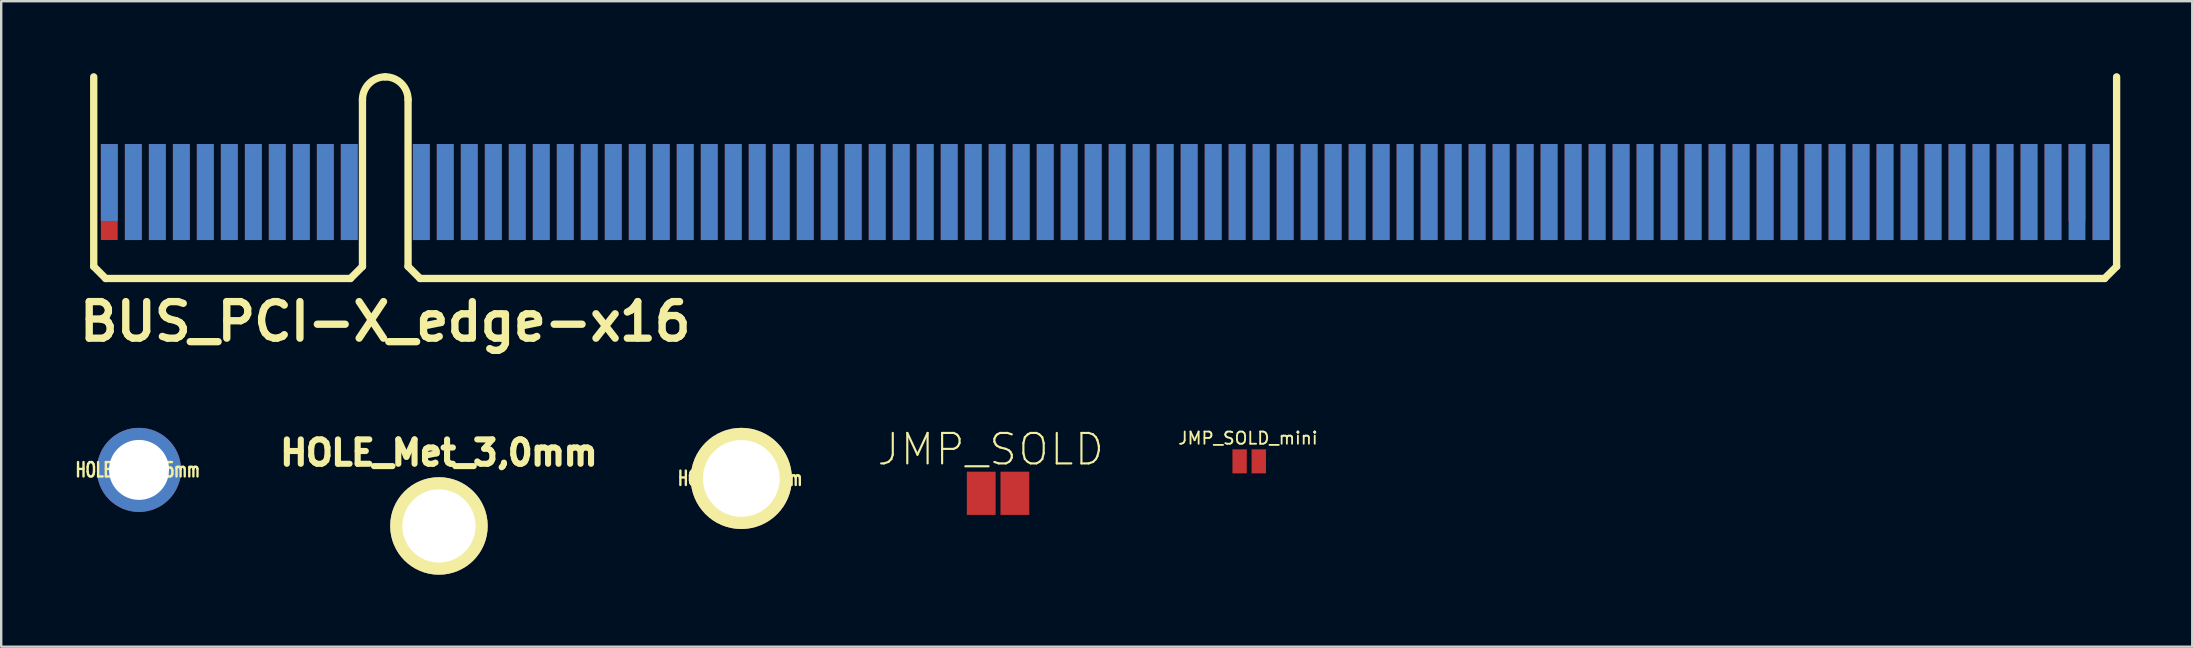
<source format=kicad_pcb>
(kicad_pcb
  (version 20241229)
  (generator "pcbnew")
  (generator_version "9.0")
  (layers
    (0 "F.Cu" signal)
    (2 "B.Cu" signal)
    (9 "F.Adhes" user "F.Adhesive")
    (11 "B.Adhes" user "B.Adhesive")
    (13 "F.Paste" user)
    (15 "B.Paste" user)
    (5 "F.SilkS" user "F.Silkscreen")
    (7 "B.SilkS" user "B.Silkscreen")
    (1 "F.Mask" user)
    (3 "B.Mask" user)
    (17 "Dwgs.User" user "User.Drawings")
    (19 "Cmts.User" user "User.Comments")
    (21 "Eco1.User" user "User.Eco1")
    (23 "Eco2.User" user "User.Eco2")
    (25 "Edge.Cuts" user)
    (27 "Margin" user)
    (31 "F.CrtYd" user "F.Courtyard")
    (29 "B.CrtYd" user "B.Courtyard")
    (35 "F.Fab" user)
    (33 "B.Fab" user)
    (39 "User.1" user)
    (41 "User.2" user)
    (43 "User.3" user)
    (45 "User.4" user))
  (footprint "JMP_SOLD"
    (layer "F.Cu")
    (at 38.542 17.507)
    (property "Reference" "JMP_SOLD" (at -0.305 -1.829 0) (layer "F.SilkS") (effects (font (size 1.27 1.27) (thickness 0.089))))
    (attr smd)
    (pad "1" smd rect (at -0.701 0) (size 1.199 1.801) (layers "F.Cu" "F.Mask" "F.Paste"))
    (pad "2" smd rect (at 0.701 0) (size 1.199 1.801) (layers "F.Cu" "F.Mask" "F.Paste")))
  (footprint "HOLE_Met_3,2mm"
    (layer "F.Cu")
    (at 27.843 16.888)
    (property "Reference" "HOLE_Met_3,2mm" (at -0.051 0 0) (layer "F.SilkS") (effects (font (size 0.599 0.399) (thickness 0.099))))
    (attr through_hole)
    (pad "1" thru_hole circle (at 0 0) (size 4.216 4.216) (drill 3.2) (layers "*.Cu" "*.Mask" "F.SilkS")))
  (footprint "HOLE_Met_2,5mm"
    (layer "F.Cu")
    (at 2.742 16.532)
    (property "Reference" "HOLE_Met_2,5mm" (at -0.051 0 0) (layer "F.SilkS") (effects (font (size 0.599 0.399) (thickness 0.099))))
    (attr through_hole)
    (pad "1" thru_hole circle (at 0 0) (size 3.505 3.505) (drill 2.499) (layers "*.Cu" "*.Mask")))
  (footprint "JMP_SOLD_mini"
    (layer "F.Cu")
    (at 49.008 16.176)
    (property "Reference" "JMP_SOLD_mini" (at -0.051 -0.965 0) (layer "F.SilkS") (effects (font (size 0.508 0.508) (thickness 0.076))))
    (attr smd)
    (pad "1" smd rect (at -0.399 0) (size 0.599 1.001) (layers "F.Cu" "F.Mask" "F.Paste"))
    (pad "2" smd rect (at 0.399 0) (size 0.599 1.001) (layers "F.Cu" "F.Mask" "F.Paste")))
  (footprint "BUS_PCI-X_edge-x16"
    (layer "F.Cu")
    (at 13.005 4.354)
    (property "Reference" "BUS_PCI-X_edge-x16" (at 0 5.999 0) (layer "F.SilkS") (effects (font (size 1.524 1.524) (thickness 0.305))))
    (attr through_hole)
    (fp_line (start -12.149 3.701) (end -12.149 -4.201) (stroke (width 0.305) (type solid)) (layer "F.SilkS"))
    (fp_line (start -11.651 4.201) (end -12.149 3.701) (stroke (width 0.305) (type solid)) (layer "F.SilkS"))
    (fp_line (start -1.45 4.201) (end -11.651 4.201) (stroke (width 0.305) (type solid)) (layer "F.SilkS"))
    (fp_line (start -0.95 -3.251) (end -0.95 3.701) (stroke (width 0.305) (type solid)) (layer "F.SilkS"))
    (fp_line (start -0.95 3.701) (end -1.45 4.201) (stroke (width 0.305) (type solid)) (layer "F.SilkS"))
    (fp_line (start 0.95 3.701) (end 0.95 -3.251) (stroke (width 0.305) (type solid)) (layer "F.SilkS"))
    (fp_line (start 0.95 3.701) (end 1.45 4.201) (stroke (width 0.305) (type solid)) (layer "F.SilkS"))
    (fp_line (start 71.651 4.201) (end 1.45 4.201) (stroke (width 0.305) (type solid)) (layer "F.SilkS"))
    (fp_line (start 71.651 4.201) (end 72.151 3.701) (stroke (width 0.305) (type solid)) (layer "F.SilkS"))
    (fp_line (start 72.151 3.701) (end 72.151 -4.201) (stroke (width 0.305) (type solid)) (layer "F.SilkS"))
    (fp_arc (start -0.94996 -3.2512) (mid -0.671723 -3.922923) (end 0 -4.20116) (stroke (width 0.3048) (type solid)) (layer "F.SilkS"))
    (fp_arc (start 0 -4.20116) (mid 0.671723 -3.922923) (end 0.94996 -3.2512) (stroke (width 0.3048) (type solid)) (layer "F.SilkS"))
    (pad "A1" smd rect (at -11.501 0.201) (size 0.701 3.2) (layers "F.Mask" "B.Cu" "F.Paste"))
    (pad "A2" smd rect (at -10.5 0.599) (size 0.701 4) (layers "F.Mask" "B.Cu" "F.Paste"))
    (pad "A3" smd rect (at -9.5 0.599) (size 0.701 4) (layers "F.Mask" "B.Cu" "F.Paste"))
    (pad "A4" smd rect (at -8.499 0.599) (size 0.701 4) (layers "F.Mask" "B.Cu" "F.Paste"))
    (pad "A5" smd rect (at -7.501 0.599) (size 0.701 4) (layers "F.Mask" "B.Cu" "F.Paste"))
    (pad "A6" smd rect (at -6.5 0.599) (size 0.701 4) (layers "F.Mask" "B.Cu" "F.Paste"))
    (pad "A7" smd rect (at -5.499 0.599) (size 0.701 4) (layers "F.Mask" "B.Cu" "F.Paste"))
    (pad "A8" smd rect (at -4.501 0.599) (size 0.701 4) (layers "F.Mask" "B.Cu" "F.Paste"))
    (pad "A9" smd rect (at -3.5 0.599) (size 0.701 4) (layers "F.Mask" "B.Cu" "F.Paste"))
    (pad "A10" smd rect (at -2.499 0.599) (size 0.701 4) (layers "F.Mask" "B.Cu" "F.Paste"))
    (pad "A11" smd rect (at -1.501 0.599) (size 0.701 4) (layers "F.Mask" "B.Cu" "F.Paste"))
    (pad "A12" smd rect (at 1.501 0.599) (size 0.701 4) (layers "F.Mask" "B.Cu" "F.Paste"))
    (pad "A13" smd rect (at 2.499 0.599) (size 0.701 4) (layers "F.Mask" "B.Cu" "F.Paste"))
    (pad "A14" smd rect (at 3.5 0.599) (size 0.701 4) (layers "F.Mask" "B.Cu" "F.Paste"))
    (pad "A15" smd rect (at 4.501 0.599) (size 0.701 4) (layers "F.Mask" "B.Cu" "F.Paste"))
    (pad "A16" smd rect (at 5.499 0.599) (size 0.701 4) (layers "F.Mask" "B.Cu" "F.Paste"))
    (pad "A17" smd rect (at 6.5 0.599) (size 0.701 4) (layers "F.Mask" "B.Cu" "F.Paste"))
    (pad "A18" smd rect (at 7.501 0.599) (size 0.701 4) (layers "F.Mask" "B.Cu" "F.Paste"))
    (pad "A19" smd rect (at 8.499 0.599) (size 0.701 4) (layers "F.Mask" "B.Cu" "F.Paste"))
    (pad "A20" smd rect (at 9.5 0.599) (size 0.701 4) (layers "F.Mask" "B.Cu" "F.Paste"))
    (pad "A21" smd rect (at 10.5 0.599) (size 0.701 4) (layers "F.Mask" "B.Cu" "F.Paste"))
    (pad "A22" smd rect (at 11.501 0.599) (size 0.701 4) (layers "F.Mask" "B.Cu" "F.Paste"))
    (pad "A23" smd rect (at 12.499 0.599) (size 0.701 4) (layers "F.Mask" "B.Cu" "F.Paste"))
    (pad "A24" smd rect (at 13.5 0.599) (size 0.701 4) (layers "F.Mask" "B.Cu" "F.Paste"))
    (pad "A25" smd rect (at 14.501 0.599) (size 0.701 4) (layers "F.Mask" "B.Cu" "F.Paste"))
    (pad "A26" smd rect (at 15.499 0.599) (size 0.701 4) (layers "F.Mask" "B.Cu" "F.Paste"))
    (pad "A27" smd rect (at 16.5 0.599) (size 0.701 4) (layers "F.Mask" "B.Cu" "F.Paste"))
    (pad "A28" smd rect (at 17.501 0.599) (size 0.701 4) (layers "F.Mask" "B.Cu" "F.Paste"))
    (pad "A29" smd rect (at 18.499 0.599) (size 0.701 4) (layers "F.Mask" "B.Cu" "F.Paste"))
    (pad "A30" smd rect (at 19.5 0.599) (size 0.701 4) (layers "F.Mask" "B.Cu" "F.Paste"))
    (pad "A31" smd rect (at 20.5 0.599) (size 0.701 4) (layers "F.Mask" "B.Cu" "F.Paste"))
    (pad "A32" smd rect (at 21.501 0.599) (size 0.701 4) (layers "F.Mask" "B.Cu" "F.Paste"))
    (pad "A33" smd rect (at 22.499 0.599) (size 0.701 4) (layers "F.Mask" "B.Cu" "F.Paste"))
    (pad "A34" smd rect (at 23.5 0.599) (size 0.701 4) (layers "F.Mask" "B.Cu" "F.Paste"))
    (pad "A35" smd rect (at 24.501 0.599) (size 0.701 4) (layers "F.Mask" "B.Cu" "F.Paste"))
    (pad "A36" smd rect (at 25.499 0.599) (size 0.701 4) (layers "F.Mask" "B.Cu" "F.Paste"))
    (pad "A37" smd rect (at 26.5 0.599) (size 0.701 4) (layers "F.Mask" "B.Cu" "F.Paste"))
    (pad "A38" smd rect (at 27.501 0.599) (size 0.701 4) (layers "F.Mask" "B.Cu" "F.Paste"))
    (pad "A39" smd rect (at 28.499 0.599) (size 0.701 4) (layers "F.Mask" "B.Cu" "F.Paste"))
    (pad "A40" smd rect (at 29.5 0.599) (size 0.701 4) (layers "F.Mask" "B.Cu" "F.Paste"))
    (pad "A41" smd rect (at 30.5 0.599) (size 0.701 4) (layers "F.Mask" "B.Cu" "F.Paste"))
    (pad "A42" smd rect (at 31.501 0.599) (size 0.701 4) (layers "F.Mask" "B.Cu" "F.Paste"))
    (pad "A43" smd rect (at 32.499 0.599) (size 0.701 4) (layers "F.Mask" "B.Cu" "F.Paste"))
    (pad "A44" smd rect (at 33.5 0.599) (size 0.701 4) (layers "F.Mask" "B.Cu" "F.Paste"))
    (pad "A45" smd rect (at 34.501 0.599) (size 0.701 4) (layers "F.Mask" "B.Cu" "F.Paste"))
    (pad "A46" smd rect (at 35.499 0.599) (size 0.701 4) (layers "F.Mask" "B.Cu" "F.Paste"))
    (pad "A47" smd rect (at 36.5 0.599) (size 0.701 4) (layers "F.Mask" "B.Cu" "F.Paste"))
    (pad "A48" smd rect (at 37.501 0.599) (size 0.701 4) (layers "F.Mask" "B.Cu" "F.Paste"))
    (pad "A49" smd rect (at 38.499 0.599) (size 0.701 4) (layers "F.Mask" "B.Cu" "F.Paste"))
    (pad "A50" smd rect (at 39.5 0.599) (size 0.701 4) (layers "F.Mask" "B.Cu" "F.Paste"))
    (pad "A51" smd rect (at 40.5 0.599) (size 0.701 4) (layers "F.Mask" "B.Cu" "F.Paste"))
    (pad "A52" smd rect (at 41.501 0.599) (size 0.701 4) (layers "F.Mask" "B.Cu" "F.Paste"))
    (pad "A53" smd rect (at 42.499 0.599) (size 0.701 4) (layers "F.Mask" "B.Cu" "F.Paste"))
    (pad "A54" smd rect (at 43.5 0.599) (size 0.701 4) (layers "F.Mask" "B.Cu" "F.Paste"))
    (pad "A55" smd rect (at 44.501 0.599) (size 0.701 4) (layers "F.Mask" "B.Cu" "F.Paste"))
    (pad "A56" smd rect (at 45.499 0.599) (size 0.701 4) (layers "F.Mask" "B.Cu" "F.Paste"))
    (pad "A57" smd rect (at 46.5 0.599) (size 0.701 4) (layers "F.Mask" "B.Cu" "F.Paste"))
    (pad "A58" smd rect (at 47.501 0.599) (size 0.701 4) (layers "F.Mask" "B.Cu" "F.Paste"))
    (pad "A59" smd rect (at 48.499 0.599) (size 0.701 4) (layers "F.Mask" "B.Cu" "F.Paste"))
    (pad "A60" smd rect (at 49.5 0.599) (size 0.701 4) (layers "F.Mask" "B.Cu" "F.Paste"))
    (pad "A61" smd rect (at 50.5 0.599) (size 0.701 4) (layers "F.Mask" "B.Cu" "F.Paste"))
    (pad "A62" smd rect (at 51.501 0.599) (size 0.701 4) (layers "F.Mask" "B.Cu" "F.Paste"))
    (pad "A63" smd rect (at 52.499 0.599) (size 0.701 4) (layers "F.Mask" "B.Cu" "F.Paste"))
    (pad "A64" smd rect (at 53.5 0.599) (size 0.701 4) (layers "F.Mask" "B.Cu" "F.Paste"))
    (pad "A65" smd rect (at 54.501 0.599) (size 0.701 4) (layers "F.Mask" "B.Cu" "F.Paste"))
    (pad "A66" smd rect (at 55.499 0.599) (size 0.701 4) (layers "F.Mask" "B.Cu" "F.Paste"))
    (pad "A67" smd rect (at 56.5 0.599) (size 0.701 4) (layers "F.Mask" "B.Cu" "F.Paste"))
    (pad "A68" smd rect (at 57.501 0.599) (size 0.701 4) (layers "F.Mask" "B.Cu" "F.Paste"))
    (pad "A69" smd rect (at 58.499 0.599) (size 0.701 4) (layers "F.Mask" "B.Cu" "F.Paste"))
    (pad "A70" smd rect (at 59.499 0.599) (size 0.701 4) (layers "F.Mask" "B.Cu" "F.Paste"))
    (pad "A71" smd rect (at 60.5 0.599) (size 0.701 4) (layers "F.Mask" "B.Cu" "F.Paste"))
    (pad "A72" smd rect (at 61.501 0.599) (size 0.701 4) (layers "F.Mask" "B.Cu" "F.Paste"))
    (pad "A73" smd rect (at 62.499 0.599) (size 0.701 4) (layers "F.Mask" "B.Cu" "F.Paste"))
    (pad "A74" smd rect (at 63.5 0.599) (size 0.701 4) (layers "F.Mask" "B.Cu" "F.Paste"))
    (pad "A75" smd rect (at 64.501 0.599) (size 0.701 4) (layers "F.Mask" "B.Cu" "F.Paste"))
    (pad "A76" smd rect (at 65.499 0.599) (size 0.701 4) (layers "F.Mask" "B.Cu" "F.Paste"))
    (pad "A77" smd rect (at 66.5 0.599) (size 0.701 4) (layers "F.Mask" "B.Cu" "F.Paste"))
    (pad "A78" smd rect (at 67.501 0.599) (size 0.701 4) (layers "F.Mask" "B.Cu" "F.Paste"))
    (pad "A79" smd rect (at 68.501 0.599) (size 0.701 4) (layers "F.Mask" "B.Cu" "F.Paste"))
    (pad "A80" smd rect (at 69.499 0.599) (size 0.701 4) (layers "F.Mask" "B.Cu" "F.Paste"))
    (pad "A81" smd rect (at 70.5 0.599) (size 0.701 4) (layers "F.Mask" "B.Cu" "F.Paste"))
    (pad "A82" smd rect (at 71.501 0.599) (size 0.701 4) (layers "F.Mask" "B.Cu" "F.Paste"))
    (pad "B1" smd rect (at -11.501 0.599) (size 0.701 4) (layers "F.Cu" "F.Mask" "F.Paste"))
    (pad "B2" smd rect (at -10.5 0.599) (size 0.701 4) (layers "F.Cu" "F.Mask" "F.Paste"))
    (pad "B3" smd rect (at -9.5 0.599) (size 0.701 4) (layers "F.Cu" "F.Mask" "F.Paste"))
    (pad "B4" smd rect (at -8.499 0.599) (size 0.701 4) (layers "F.Cu" "F.Mask" "F.Paste"))
    (pad "B5" smd rect (at -7.501 0.599) (size 0.701 4) (layers "F.Cu" "F.Mask" "F.Paste"))
    (pad "B6" smd rect (at -6.5 0.599) (size 0.701 4) (layers "F.Cu" "F.Mask" "F.Paste"))
    (pad "B7" smd rect (at -5.499 0.599) (size 0.701 4) (layers "F.Cu" "F.Mask" "F.Paste"))
    (pad "B8" smd rect (at -4.501 0.599) (size 0.701 4) (layers "F.Cu" "F.Mask" "F.Paste"))
    (pad "B9" smd rect (at -3.5 0.599) (size 0.701 4) (layers "F.Cu" "F.Mask" "F.Paste"))
    (pad "B10" smd rect (at -2.499 0.599) (size 0.701 4) (layers "F.Cu" "F.Mask" "F.Paste"))
    (pad "B11" smd rect (at -1.501 0.599) (size 0.701 4) (layers "F.Cu" "F.Mask" "F.Paste"))
    (pad "B12" smd rect (at 1.501 0.599) (size 0.701 4) (layers "F.Cu" "F.Mask" "F.Paste"))
    (pad "B13" smd rect (at 2.499 0.599) (size 0.701 4) (layers "F.Cu" "F.Mask" "F.Paste"))
    (pad "B14" smd rect (at 3.5 0.599) (size 0.701 4) (layers "F.Cu" "F.Mask" "F.Paste"))
    (pad "B15" smd rect (at 4.501 0.599) (size 0.701 4) (layers "F.Cu" "F.Mask" "F.Paste"))
    (pad "B16" smd rect (at 5.499 0.599) (size 0.701 4) (layers "F.Cu" "F.Mask" "F.Paste"))
    (pad "B17" smd rect (at 6.5 0.599) (size 0.701 4) (layers "F.Cu" "F.Mask" "F.Paste"))
    (pad "B18" smd rect (at 7.501 0.599) (size 0.701 4) (layers "F.Cu" "F.Mask" "F.Paste"))
    (pad "B19" smd rect (at 8.499 0.599) (size 0.701 4) (layers "F.Cu" "F.Mask" "F.Paste"))
    (pad "B20" smd rect (at 9.5 0.599) (size 0.701 4) (layers "F.Cu" "F.Mask" "F.Paste"))
    (pad "B21" smd rect (at 10.5 0.599) (size 0.701 4) (layers "F.Cu" "F.Mask" "F.Paste"))
    (pad "B22" smd rect (at 11.501 0.599) (size 0.701 4) (layers "F.Cu" "F.Mask" "F.Paste"))
    (pad "B23" smd rect (at 12.499 0.599) (size 0.701 4) (layers "F.Cu" "F.Mask" "F.Paste"))
    (pad "B24" smd rect (at 13.5 0.599) (size 0.701 4) (layers "F.Cu" "F.Mask" "F.Paste"))
    (pad "B25" smd rect (at 14.501 0.599) (size 0.701 4) (layers "F.Cu" "F.Mask" "F.Paste"))
    (pad "B26" smd rect (at 15.499 0.599) (size 0.701 4) (layers "F.Cu" "F.Mask" "F.Paste"))
    (pad "B27" smd rect (at 16.5 0.599) (size 0.701 4) (layers "F.Cu" "F.Mask" "F.Paste"))
    (pad "B28" smd rect (at 17.501 0.599) (size 0.701 4) (layers "F.Cu" "F.Mask" "F.Paste"))
    (pad "B29" smd rect (at 18.499 0.599) (size 0.701 4) (layers "F.Cu" "F.Mask" "F.Paste"))
    (pad "B30" smd rect (at 19.5 0.599) (size 0.701 4) (layers "F.Cu" "F.Mask" "F.Paste"))
    (pad "B31" smd rect (at 20.5 0.599) (size 0.701 4) (layers "F.Cu" "F.Mask" "F.Paste"))
    (pad "B32" smd rect (at 21.501 0.599) (size 0.701 4) (layers "F.Cu" "F.Mask" "F.Paste"))
    (pad "B33" smd rect (at 22.499 0.599) (size 0.701 4) (layers "F.Cu" "F.Mask" "F.Paste"))
    (pad "B34" smd rect (at 23.5 0.599) (size 0.701 4) (layers "F.Cu" "F.Mask" "F.Paste"))
    (pad "B35" smd rect (at 24.501 0.599) (size 0.701 4) (layers "F.Cu" "F.Mask" "F.Paste"))
    (pad "B36" smd rect (at 25.499 0.599) (size 0.701 4) (layers "F.Cu" "F.Mask" "F.Paste"))
    (pad "B37" smd rect (at 26.5 0.599) (size 0.701 4) (layers "F.Cu" "F.Mask" "F.Paste"))
    (pad "B38" smd rect (at 27.501 0.599) (size 0.701 4) (layers "F.Cu" "F.Mask" "F.Paste"))
    (pad "B39" smd rect (at 28.499 0.599) (size 0.701 4) (layers "F.Cu" "F.Mask" "F.Paste"))
    (pad "B40" smd rect (at 29.5 0.599) (size 0.701 4) (layers "F.Cu" "F.Mask" "F.Paste"))
    (pad "B41" smd rect (at 30.5 0.599) (size 0.701 4) (layers "F.Cu" "F.Mask" "F.Paste"))
    (pad "B42" smd rect (at 31.501 0.599) (size 0.701 4) (layers "F.Cu" "F.Mask" "F.Paste"))
    (pad "B43" smd rect (at 32.499 0.599) (size 0.701 4) (layers "F.Cu" "F.Mask" "F.Paste"))
    (pad "B44" smd rect (at 33.5 0.599) (size 0.701 4) (layers "F.Cu" "F.Mask" "F.Paste"))
    (pad "B45" smd rect (at 34.501 0.599) (size 0.701 4) (layers "F.Cu" "F.Mask" "F.Paste"))
    (pad "B46" smd rect (at 35.499 0.599) (size 0.701 4) (layers "F.Cu" "F.Mask" "F.Paste"))
    (pad "B47" smd rect (at 36.5 0.599) (size 0.701 4) (layers "F.Cu" "F.Mask" "F.Paste"))
    (pad "B48" smd rect (at 37.501 0.599) (size 0.701 4) (layers "F.Cu" "F.Mask" "F.Paste"))
    (pad "B49" smd rect (at 38.499 0.599) (size 0.701 4) (layers "F.Cu" "F.Mask" "F.Paste"))
    (pad "B50" smd rect (at 39.5 0.599) (size 0.701 4) (layers "F.Cu" "F.Mask" "F.Paste"))
    (pad "B51" smd rect (at 40.5 0.599) (size 0.701 4) (layers "F.Cu" "F.Mask" "F.Paste"))
    (pad "B52" smd rect (at 41.501 0.599) (size 0.701 4) (layers "F.Cu" "F.Mask" "F.Paste"))
    (pad "B53" smd rect (at 42.499 0.599) (size 0.701 4) (layers "F.Cu" "F.Mask" "F.Paste"))
    (pad "B54" smd rect (at 43.5 0.599) (size 0.701 4) (layers "F.Cu" "F.Mask" "F.Paste"))
    (pad "B55" smd rect (at 44.501 0.599) (size 0.701 4) (layers "F.Cu" "F.Mask" "F.Paste"))
    (pad "B56" smd rect (at 45.499 0.599) (size 0.701 4) (layers "F.Cu" "F.Mask" "F.Paste"))
    (pad "B57" smd rect (at 46.5 0.599) (size 0.701 4) (layers "F.Cu" "F.Mask" "F.Paste"))
    (pad "B58" smd rect (at 47.501 0.599) (size 0.701 4) (layers "F.Cu" "F.Mask" "F.Paste"))
    (pad "B59" smd rect (at 48.499 0.599) (size 0.701 4) (layers "F.Cu" "F.Mask" "F.Paste"))
    (pad "B60" smd rect (at 49.5 0.599) (size 0.701 4) (layers "F.Cu" "F.Mask" "F.Paste"))
    (pad "B61" smd rect (at 50.5 0.599) (size 0.701 4) (layers "F.Cu" "F.Mask" "F.Paste"))
    (pad "B62" smd rect (at 51.501 0.599) (size 0.701 4) (layers "F.Cu" "F.Mask" "F.Paste"))
    (pad "B63" smd rect (at 52.499 0.599) (size 0.701 4) (layers "F.Cu" "F.Mask" "F.Paste"))
    (pad "B64" smd rect (at 53.5 0.599) (size 0.701 4) (layers "F.Cu" "F.Mask" "F.Paste"))
    (pad "B65" smd rect (at 54.501 0.599) (size 0.701 4) (layers "F.Cu" "F.Mask" "F.Paste"))
    (pad "B66" smd rect (at 55.499 0.599) (size 0.701 4) (layers "F.Cu" "F.Mask" "F.Paste"))
    (pad "B67" smd rect (at 56.5 0.599) (size 0.701 4) (layers "F.Cu" "F.Mask" "F.Paste"))
    (pad "B68" smd rect (at 57.501 0.599) (size 0.701 4) (layers "F.Cu" "F.Mask" "F.Paste"))
    (pad "B69" smd rect (at 58.499 0.599) (size 0.701 4) (layers "F.Cu" "F.Mask" "F.Paste"))
    (pad "B70" smd rect (at 59.499 0.599) (size 0.701 4) (layers "F.Cu" "F.Mask" "F.Paste"))
    (pad "B71" smd rect (at 60.5 0.599) (size 0.701 4) (layers "F.Cu" "F.Mask" "F.Paste"))
    (pad "B72" smd rect (at 61.501 0.599) (size 0.701 4) (layers "F.Cu" "F.Mask" "F.Paste"))
    (pad "B73" smd rect (at 62.499 0.599) (size 0.701 4) (layers "F.Cu" "F.Mask" "F.Paste"))
    (pad "B74" smd rect (at 63.5 0.599) (size 0.701 4) (layers "F.Cu" "F.Mask" "F.Paste"))
    (pad "B75" smd rect (at 64.501 0.599) (size 0.701 4) (layers "F.Cu" "F.Mask" "F.Paste"))
    (pad "B76" smd rect (at 65.499 0.599) (size 0.701 4) (layers "F.Cu" "F.Mask" "F.Paste"))
    (pad "B77" smd rect (at 66.5 0.599) (size 0.701 4) (layers "F.Cu" "F.Mask" "F.Paste"))
    (pad "B78" smd rect (at 67.501 0.599) (size 0.701 4) (layers "F.Cu" "F.Mask" "F.Paste"))
    (pad "B79" smd rect (at 68.501 0.599) (size 0.701 4) (layers "F.Cu" "F.Mask" "F.Paste"))
    (pad "B80" smd rect (at 69.499 0.599) (size 0.701 4) (layers "F.Cu" "F.Mask" "F.Paste"))
    (pad "B81" smd rect (at 70.5 0.201) (size 0.701 3.2) (layers "F.Cu" "F.Mask" "F.Paste"))
    (pad "B82" smd rect (at 71.501 0.599) (size 0.701 4) (layers "F.Cu" "F.Mask" "F.Paste")))
  (footprint "HOLE_Met_3,0mm"
    (layer "F.Cu")
    (at 15.242 18.868)
    (property "Reference" "HOLE_Met_3,0mm" (at 0 -3.048 0) (layer "F.SilkS") (effects (font (size 1.016 1.016) (thickness 0.254))))
    (attr through_hole)
    (pad "1" thru_hole circle (at 0 0) (size 4.064 4.064) (drill 3.048) (layers "*.Cu" "*.Mask" "F.SilkS")))
  (gr_rect
    (start -3 -3)
    (end 88.308 23.9)
    (stroke (width 0.1) (type default))
    (fill no)
    (layer "Edge.Cuts")))
</source>
